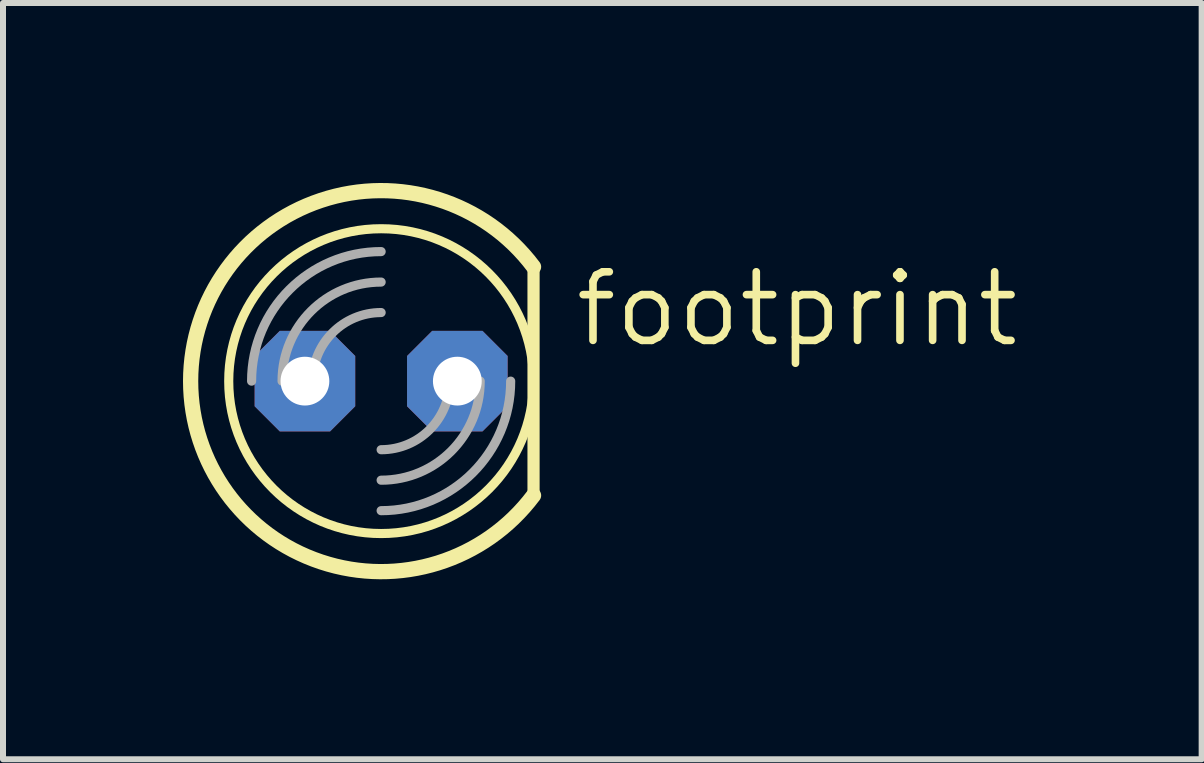
<source format=kicad_pcb>
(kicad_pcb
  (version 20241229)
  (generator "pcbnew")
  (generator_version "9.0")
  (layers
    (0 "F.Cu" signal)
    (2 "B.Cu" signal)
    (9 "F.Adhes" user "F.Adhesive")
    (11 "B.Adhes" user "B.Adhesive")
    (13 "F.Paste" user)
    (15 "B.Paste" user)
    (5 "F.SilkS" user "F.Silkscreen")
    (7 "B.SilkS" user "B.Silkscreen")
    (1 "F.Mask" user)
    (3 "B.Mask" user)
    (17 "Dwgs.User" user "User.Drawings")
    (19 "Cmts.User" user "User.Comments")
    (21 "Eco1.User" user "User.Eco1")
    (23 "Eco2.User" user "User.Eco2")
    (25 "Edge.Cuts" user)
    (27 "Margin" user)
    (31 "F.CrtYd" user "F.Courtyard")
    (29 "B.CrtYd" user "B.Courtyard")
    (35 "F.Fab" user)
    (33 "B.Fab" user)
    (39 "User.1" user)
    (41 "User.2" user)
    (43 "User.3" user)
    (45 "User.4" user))
  (footprint "footprint"
    (layer "F.Cu")
    (at 3.302 3.302)
    (property "Reference" "footprint" (at 3.175 -0.533 0) (layer "F.SilkS") (effects (font (size 1.143 1.143) (thickness 0.127)) (justify left bottom)))
    (fp_line (start 2.54 1.905) (end 2.54 -1.905) (stroke (width 0.203) (type solid)) (layer "F.SilkS"))
    (fp_arc (start 2.54 1.905) (mid -3.175 0) (end 2.54 -1.905) (stroke (width 0.254) (type solid)) (layer "F.SilkS"))
    (fp_circle (center 0 0) (end 2.54 0) (stroke (width 0.152) (type solid)) (fill no) (layer "F.SilkS"))
    (fp_arc (start -2.159 0) (mid -1.526644 -1.526644) (end 0 -2.159) (stroke (width 0.1524) (type solid)) (layer "F.Fab"))
    (fp_arc (start -1.651 0) (mid -1.167433 -1.167433) (end 0 -1.651) (stroke (width 0.1524) (type solid)) (layer "F.Fab"))
    (fp_arc (start -1.143 0) (mid -0.808223 -0.808223) (end 0 -1.143) (stroke (width 0.1524) (type solid)) (layer "F.Fab"))
    (fp_arc (start 1.143 0) (mid 0.808223 0.808223) (end 0 1.143) (stroke (width 0.1524) (type solid)) (layer "F.Fab"))
    (fp_arc (start 1.651 0) (mid 1.167433 1.167433) (end 0 1.651) (stroke (width 0.1524) (type solid)) (layer "F.Fab"))
    (fp_arc (start 2.159 0) (mid 1.526644 1.526644) (end 0 2.159) (stroke (width 0.1524) (type solid)) (layer "F.Fab"))
    (pad "A" thru_hole roundrect (at -1.27 0) (size 1.676 1.676) (drill 0.813) (layers "*.Cu" "*.Mask") (roundrect_rratio 0.25) (chamfer_ratio 0.25) (chamfer top_left top_right bottom_left bottom_right))
    (pad "K" thru_hole roundrect (at 1.27 0) (size 1.676 1.676) (drill 0.813) (layers "*.Cu" "*.Mask") (roundrect_rratio 0.25) (chamfer_ratio 0.25) (chamfer top_left top_right bottom_left bottom_right)))
  (gr_rect
    (start -3 -3)
    (end 16.977 9.604)
    (stroke (width 0.1) (type default))
    (fill no)
    (layer "Edge.Cuts")))
</source>
